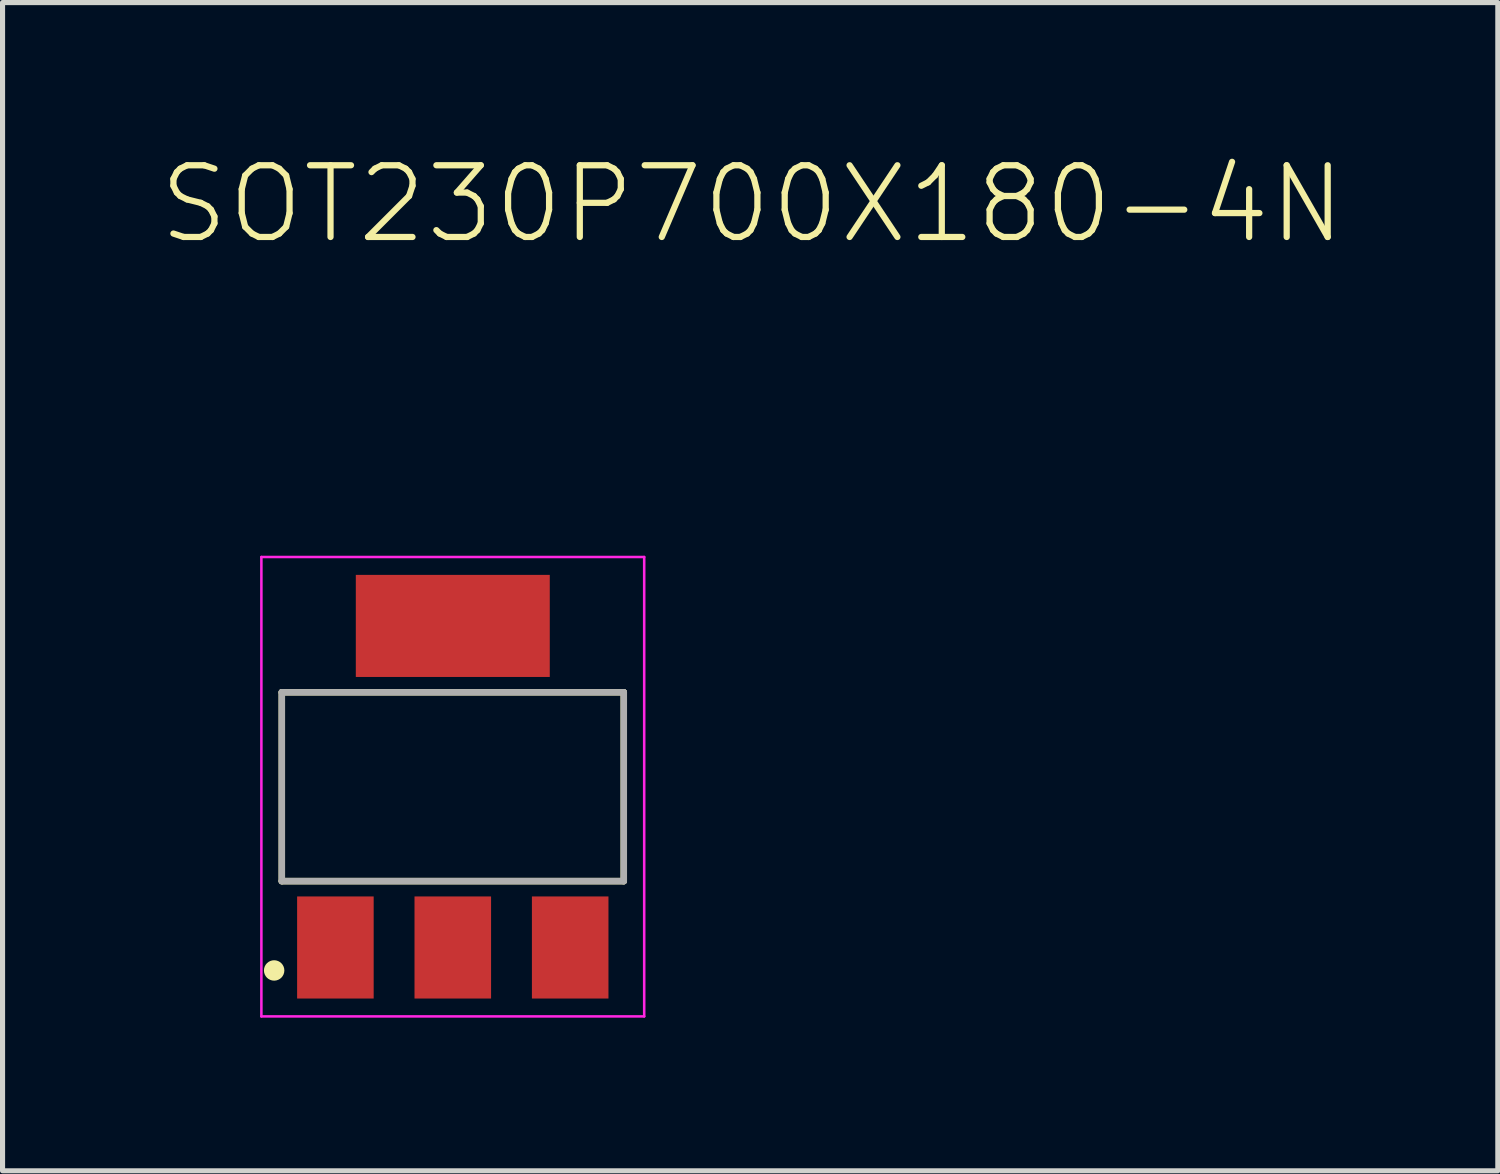
<source format=kicad_pcb>
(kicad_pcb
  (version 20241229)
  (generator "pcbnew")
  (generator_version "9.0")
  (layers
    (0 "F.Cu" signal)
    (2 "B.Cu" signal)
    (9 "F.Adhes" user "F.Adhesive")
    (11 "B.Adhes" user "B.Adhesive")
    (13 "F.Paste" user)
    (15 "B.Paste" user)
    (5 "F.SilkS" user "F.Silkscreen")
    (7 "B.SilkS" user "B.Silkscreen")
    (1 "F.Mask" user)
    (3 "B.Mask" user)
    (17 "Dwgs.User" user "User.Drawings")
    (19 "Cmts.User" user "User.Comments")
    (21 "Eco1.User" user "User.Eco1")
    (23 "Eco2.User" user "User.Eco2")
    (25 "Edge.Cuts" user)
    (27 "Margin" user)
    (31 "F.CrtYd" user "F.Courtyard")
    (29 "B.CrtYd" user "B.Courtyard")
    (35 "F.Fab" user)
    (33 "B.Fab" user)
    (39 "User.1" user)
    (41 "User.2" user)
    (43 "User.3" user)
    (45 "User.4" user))
  (footprint "SOT230P700X180-4N"
    (layer "F.Cu")
    (at 5.821 12.363)
    (property "Reference" "SOT230P700X180-4N" (at -5.821 -10.592 0) (layer "F.SilkS") (effects (font (size 1.405 1.405) (thickness 0.122)) (justify left bottom)))
    (fp_line (start -3.35 -1.85) (end -3.35 1.85) (stroke (width 0.127) (type solid)) (layer "F.SilkS"))
    (fp_line (start -3.35 1.85) (end 3.35 1.85) (stroke (width 0.127) (type solid)) (layer "F.SilkS"))
    (fp_line (start 3.35 -1.85) (end -3.35 -1.85) (stroke (width 0.127) (type solid)) (layer "F.SilkS"))
    (fp_line (start 3.35 1.85) (end 3.35 -1.85) (stroke (width 0.127) (type solid)) (layer "F.SilkS"))
    (fp_circle (center -3.5 3.6) (end -3.4 3.6) (stroke (width 0.2) (type solid)) (fill no) (layer "F.SilkS"))
    (fp_line (start -3.75 -4.5) (end 3.75 -4.5) (stroke (width 0.05) (type solid)) (layer "F.CrtYd"))
    (fp_line (start -3.75 4.5) (end -3.75 -4.5) (stroke (width 0.05) (type solid)) (layer "F.CrtYd"))
    (fp_line (start 3.75 -4.5) (end 3.75 4.5) (stroke (width 0.05) (type solid)) (layer "F.CrtYd"))
    (fp_line (start 3.75 4.5) (end -3.75 4.5) (stroke (width 0.05) (type solid)) (layer "F.CrtYd"))
    (fp_line (start -3.35 -1.85) (end -3.35 1.85) (stroke (width 0.127) (type solid)) (layer "F.Fab"))
    (fp_line (start -3.35 1.85) (end 3.35 1.85) (stroke (width 0.127) (type solid)) (layer "F.Fab"))
    (fp_line (start 3.35 -1.85) (end -3.35 -1.85) (stroke (width 0.127) (type solid)) (layer "F.Fab"))
    (fp_line (start 3.35 1.85) (end 3.35 -1.85) (stroke (width 0.127) (type solid)) (layer "F.Fab"))
    (pad "1" smd rect (at -2.3 3.15 180) (size 1.5 2) (layers "F.Cu" "F.Mask" "F.Paste"))
    (pad "2" smd rect (at 0 3.15 180) (size 1.5 2) (layers "F.Cu" "F.Mask" "F.Paste"))
    (pad "3" smd rect (at 2.3 3.15 180) (size 1.5 2) (layers "F.Cu" "F.Mask" "F.Paste"))
    (pad "4" smd rect (at 0 -3.15 180) (size 3.8 2) (layers "F.Cu" "F.Mask" "F.Paste")))
  (gr_rect
    (start -3 -3)
    (end 26.295 19.888)
    (stroke (width 0.1) (type default))
    (fill no)
    (layer "Edge.Cuts")))
</source>
